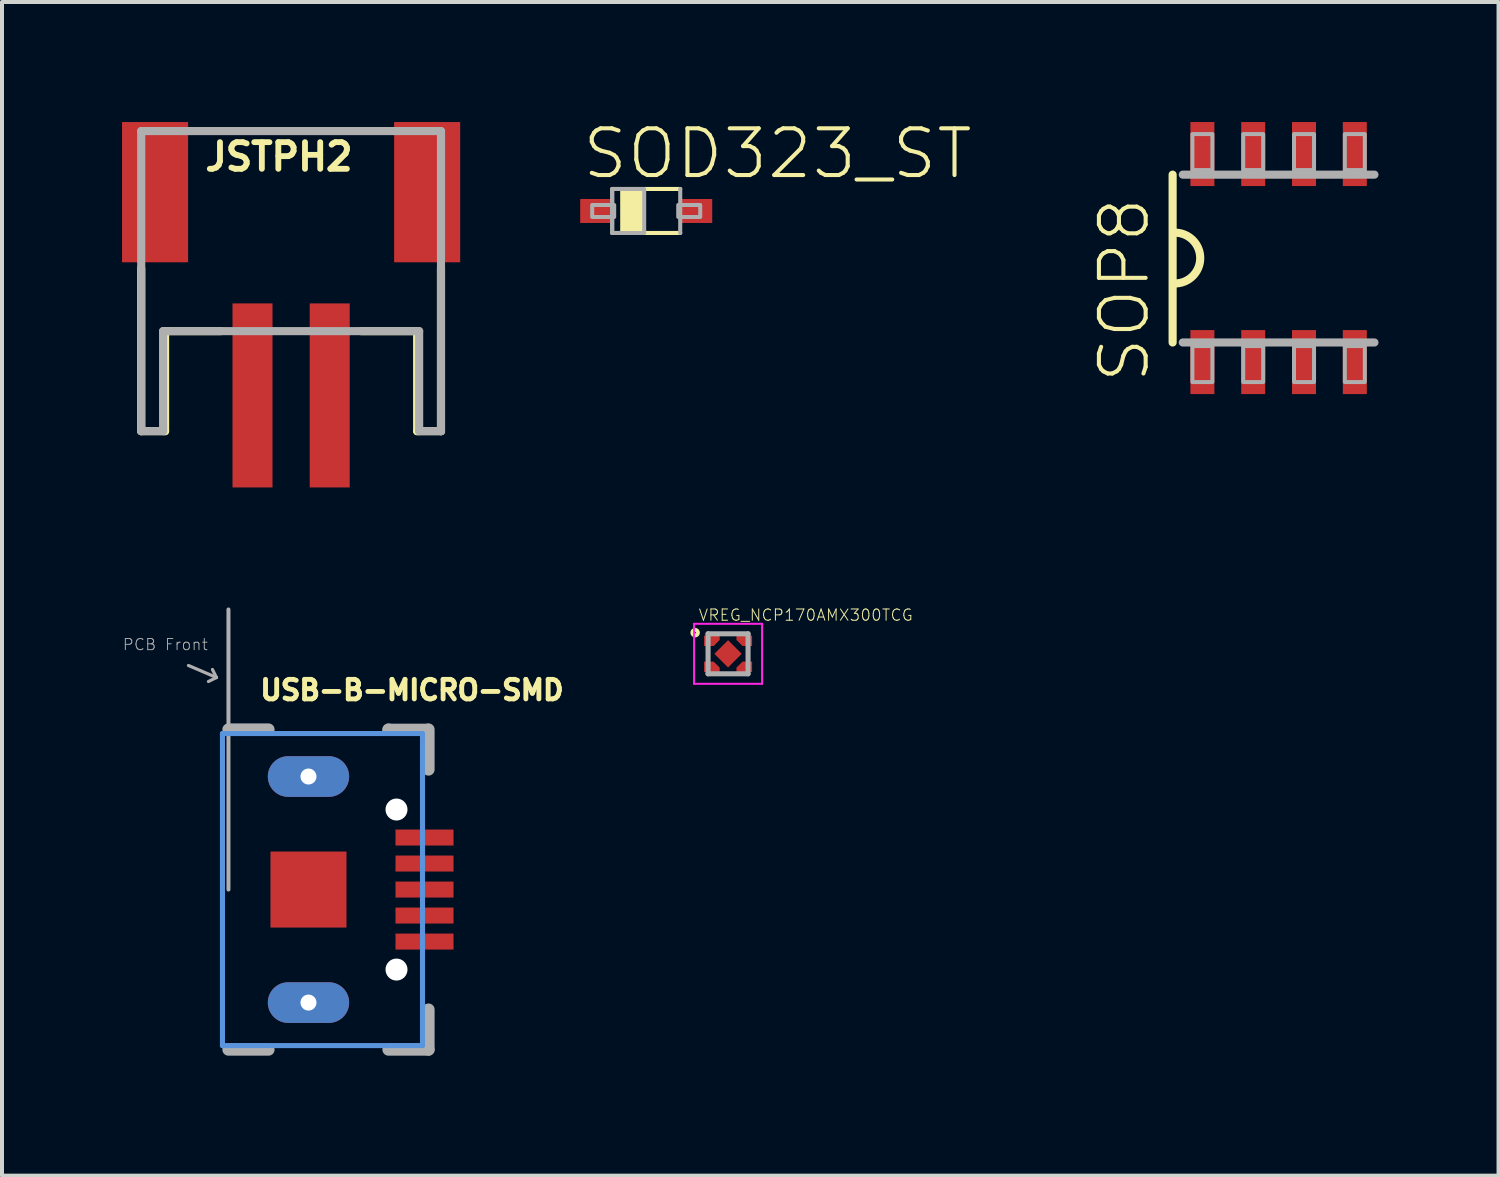
<source format=kicad_pcb>
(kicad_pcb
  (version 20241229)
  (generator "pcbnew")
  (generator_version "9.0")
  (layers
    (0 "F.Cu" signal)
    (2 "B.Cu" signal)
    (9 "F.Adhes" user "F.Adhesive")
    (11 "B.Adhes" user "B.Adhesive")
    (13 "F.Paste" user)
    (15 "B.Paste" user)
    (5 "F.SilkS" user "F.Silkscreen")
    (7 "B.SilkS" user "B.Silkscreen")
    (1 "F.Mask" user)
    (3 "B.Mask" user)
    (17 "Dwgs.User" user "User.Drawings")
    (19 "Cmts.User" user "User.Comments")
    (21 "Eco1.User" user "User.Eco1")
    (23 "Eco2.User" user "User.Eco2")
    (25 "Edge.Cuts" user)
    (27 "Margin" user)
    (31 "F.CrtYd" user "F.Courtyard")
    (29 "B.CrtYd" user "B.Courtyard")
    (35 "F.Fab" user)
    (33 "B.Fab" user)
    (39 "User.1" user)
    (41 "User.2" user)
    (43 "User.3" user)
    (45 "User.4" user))
  (footprint "USB-B-MICRO-SMD"
    (layer "F.Cu")
    (at 4.66 19.183)
    (property "Reference" "USB-B-MICRO-SMD" (at -1.27 -4.699 0) (layer "F.SilkS") (effects (font (size 0.488 0.488) (thickness 0.122)) (justify left bottom)))
    (fp_line (start -2.15 -3.9) (end -2.15 3.9) (stroke (width 0.127) (type solid)) (layer "Cmts.User"))
    (fp_line (start 2.85 -3.9) (end -2.15 -3.9) (stroke (width 0.127) (type solid)) (layer "Cmts.User"))
    (fp_line (start 2.85 -3.9) (end 2.85 3.9) (stroke (width 0.127) (type solid)) (layer "Cmts.User"))
    (fp_line (start 2.85 3.9) (end -2.15 3.9) (stroke (width 0.127) (type solid)) (layer "Cmts.User"))
    (fp_line (start -3 -5.6) (end -2.3 -5.3) (stroke (width 0.08) (type solid)) (layer "F.Fab"))
    (fp_line (start -2.3 -5.3) (end -2.5 -5.2) (stroke (width 0.08) (type solid)) (layer "F.Fab"))
    (fp_line (start -2.3 -5.3) (end -2.4 -5.5) (stroke (width 0.08) (type solid)) (layer "F.Fab"))
    (fp_line (start -2 -7) (end -2 0) (stroke (width 0.1) (type solid)) (layer "F.Fab"))
    (fp_line (start -1 -4) (end -2 -4) (stroke (width 0.305) (type solid)) (layer "F.Fab"))
    (fp_line (start -1 4) (end -2 4) (stroke (width 0.305) (type solid)) (layer "F.Fab"))
    (fp_line (start 2 -3.993) (end 2 -4) (stroke (width 0.305) (type solid)) (layer "F.Fab"))
    (fp_line (start 2 4) (end 3 4) (stroke (width 0.305) (type solid)) (layer "F.Fab"))
    (fp_line (start 2.982 -3.993) (end 2 -3.993) (stroke (width 0.305) (type solid)) (layer "F.Fab"))
    (fp_line (start 3 -4) (end 3 -3) (stroke (width 0.305) (type solid)) (layer "F.Fab"))
    (fp_line (start 3 4) (end 3 3) (stroke (width 0.305) (type solid)) (layer "F.Fab"))
    (fp_text user "PCB Front" (at -4.66 -5.96 0) (layer "F.Fab") (effects (font (size 0.28 0.28) (thickness 0.024)) (justify left bottom)))
    (pad "" np_thru_hole circle (at 2.2 -2) (size 0.55 0.55) (drill 0.55) (layers "*.Cu" "*.Mask"))
    (pad "" np_thru_hole circle (at 2.2 2) (size 0.55 0.55) (drill 0.55) (layers "*.Cu" "*.Mask"))
    (pad "D+" smd rect (at 2.9 0 90) (size 0.4 1.45) (layers "F.Cu" "F.Mask" "F.Paste"))
    (pad "D-" smd rect (at 2.9 -0.65 90) (size 0.4 1.45) (layers "F.Cu" "F.Mask" "F.Paste"))
    (pad "GND" smd rect (at 2.9 1.3 90) (size 0.4 1.45) (layers "F.Cu" "F.Mask" "F.Paste"))
    (pad "ID" smd rect (at 2.9 0.65 90) (size 0.4 1.45) (layers "F.Cu" "F.Mask" "F.Paste"))
    (pad "P$1" thru_hole oval (at 0 -2.825) (size 2.032 1.016) (drill 0.4) (layers "*.Cu" "*.Mask"))
    (pad "P$2" thru_hole oval (at 0 2.825) (size 2.032 1.016) (drill 0.4) (layers "*.Cu" "*.Mask"))
    (pad "SHIELD3" smd rect (at 0 0 90) (size 1.9 1.9) (layers "F.Cu" "F.Mask" "F.Paste"))
    (pad "VBUS" smd rect (at 2.9 -1.3 90) (size 0.4 1.45) (layers "F.Cu" "F.Mask" "F.Paste")))
  (footprint "SOP8"
    (layer "F.Cu")
    (at 28.907 3.4)
    (property "Reference" "SOP8" (at -3.175 3.175 90) (layer "F.SilkS") (effects (font (size 1.168 1.168) (thickness 0.102)) (justify left bottom)))
    (fp_line (start -2.649 2.11) (end -2.649 -2.085) (stroke (width 0.203) (type solid)) (layer "F.SilkS"))
    (fp_arc (start -2.594 -0.635) (mid -1.959 0) (end -2.594 0.635) (stroke (width 0.2032) (type solid)) (layer "F.SilkS"))
    (fp_line (start -2.395 -2.085) (end 2.395 -2.085) (stroke (width 0.203) (type solid)) (layer "F.Fab"))
    (fp_line (start 2.395 2.11) (end -2.395 2.11) (stroke (width 0.203) (type solid)) (layer "F.Fab"))
    (fp_poly (pts (xy -2.155 -2.2) (xy -1.655 -2.2) (xy -1.655 -3.1) (xy -2.155 -3.1)) (stroke (width 0.1) (type default)) (fill no) (layer "F.Fab"))
    (fp_poly (pts (xy -2.155 3.1) (xy -1.655 3.1) (xy -1.655 2.2) (xy -2.155 2.2)) (stroke (width 0.1) (type default)) (fill no) (layer "F.Fab"))
    (fp_poly (pts (xy -0.885 -2.2) (xy -0.385 -2.2) (xy -0.385 -3.1) (xy -0.885 -3.1)) (stroke (width 0.1) (type default)) (fill no) (layer "F.Fab"))
    (fp_poly (pts (xy -0.885 3.1) (xy -0.385 3.1) (xy -0.385 2.2) (xy -0.885 2.2)) (stroke (width 0.1) (type default)) (fill no) (layer "F.Fab"))
    (fp_poly (pts (xy 0.385 -2.2) (xy 0.885 -2.2) (xy 0.885 -3.1) (xy 0.385 -3.1)) (stroke (width 0.1) (type default)) (fill no) (layer "F.Fab"))
    (fp_poly (pts (xy 0.385 3.1) (xy 0.885 3.1) (xy 0.885 2.2) (xy 0.385 2.2)) (stroke (width 0.1) (type default)) (fill no) (layer "F.Fab"))
    (fp_poly (pts (xy 1.655 -2.2) (xy 2.155 -2.2) (xy 2.155 -3.1) (xy 1.655 -3.1)) (stroke (width 0.1) (type default)) (fill no) (layer "F.Fab"))
    (fp_poly (pts (xy 1.655 3.1) (xy 2.155 3.1) (xy 2.155 2.2) (xy 1.655 2.2)) (stroke (width 0.1) (type default)) (fill no) (layer "F.Fab"))
    (pad "1" smd rect (at -1.905 2.6) (size 0.6 1.6) (layers "F.Cu" "F.Mask" "F.Paste"))
    (pad "2" smd rect (at -0.635 2.6) (size 0.6 1.6) (layers "F.Cu" "F.Mask" "F.Paste"))
    (pad "3" smd rect (at 0.635 2.6) (size 0.6 1.6) (layers "F.Cu" "F.Mask" "F.Paste"))
    (pad "4" smd rect (at 1.905 2.6) (size 0.6 1.6) (layers "F.Cu" "F.Mask" "F.Paste"))
    (pad "5" smd rect (at 1.905 -2.6) (size 0.6 1.6) (layers "F.Cu" "F.Mask" "F.Paste"))
    (pad "6" smd rect (at 0.635 -2.6) (size 0.6 1.6) (layers "F.Cu" "F.Mask" "F.Paste"))
    (pad "7" smd rect (at -0.635 -2.6) (size 0.6 1.6) (layers "F.Cu" "F.Mask" "F.Paste"))
    (pad "8" smd rect (at -1.905 -2.6) (size 0.6 1.6) (layers "F.Cu" "F.Mask" "F.Paste")))
  (footprint "VREG_NCP170AMX300TCG"
    (layer "F.Cu")
    (at 15.147 13.291)
    (property "Reference" "VREG_NCP170AMX300TCG" (at -0.753 -0.803 0) (layer "F.SilkS") (effects (font (size 0.282 0.282) (thickness 0.024)) (justify left bottom)))
    (fp_poly (pts (xy -0.21 -0.345) (xy -0.36 -0.195) (xy -0.6 -0.195) (xy -0.6 -0.455) (xy -0.21 -0.455)) (stroke (width 0) (type default)) (fill yes) (layer "F.Cu"))
    (fp_poly (pts (xy -0.21 0.345) (xy -0.21 0.455) (xy -0.6 0.455) (xy -0.6 0.195) (xy -0.36 0.195)) (stroke (width 0) (type default)) (fill yes) (layer "F.Cu"))
    (fp_poly (pts (xy 0.6 -0.195) (xy 0.36 -0.195) (xy 0.21 -0.345) (xy 0.21 -0.455) (xy 0.6 -0.455)) (stroke (width 0) (type default)) (fill yes) (layer "F.Cu"))
    (fp_poly (pts (xy 0.6 0.455) (xy 0.21 0.455) (xy 0.21 0.345) (xy 0.36 0.195) (xy 0.6 0.195)) (stroke (width 0) (type default)) (fill yes) (layer "F.Cu"))
    (fp_poly (pts (xy -0.11 -0.396) (xy -0.411 -0.095) (xy -0.7 -0.095) (xy -0.7 -0.555) (xy -0.11 -0.555)) (stroke (width 0) (type default)) (fill yes) (layer "F.Mask"))
    (fp_poly (pts (xy -0.11 0.396) (xy -0.11 0.555) (xy -0.7 0.555) (xy -0.7 0.095) (xy -0.411 0.095)) (stroke (width 0) (type default)) (fill yes) (layer "F.Mask"))
    (fp_poly (pts (xy 0.7 -0.095) (xy 0.411 -0.095) (xy 0.11 -0.396) (xy 0.11 -0.555) (xy 0.7 -0.555)) (stroke (width 0) (type default)) (fill yes) (layer "F.Mask"))
    (fp_poly (pts (xy 0.7 0.555) (xy 0.11 0.555) (xy 0.11 0.396) (xy 0.411 0.095) (xy 0.7 0.095)) (stroke (width 0) (type default)) (fill yes) (layer "F.Mask"))
    (fp_circle (center -0.823 -0.528) (end -0.754 -0.528) (stroke (width 0.1) (type solid)) (fill no) (layer "F.SilkS"))
    (fp_poly (pts (xy -0.21 0.345) (xy -0.21 0.345) (xy -0.21 0.455) (xy -0.6 0.455) (xy -0.6 0.195) (xy -0.36 0.195)) (stroke (width 0) (type default)) (fill yes) (layer "F.Paste"))
    (fp_poly (pts (xy -0.21 -0.345) (xy -0.21 -0.345) (xy -0.36 -0.195) (xy -0.6 -0.195) (xy -0.6 -0.455) (xy -0.21 -0.455)) (stroke (width 0) (type default)) (fill yes) (layer "F.Paste"))
    (fp_poly (pts (xy 0.6 -0.195) (xy 0.36 -0.195) (xy 0.21 -0.345) (xy 0.21 -0.345) (xy 0.21 -0.455) (xy 0.6 -0.455)) (stroke (width 0) (type default)) (fill yes) (layer "F.Paste"))
    (fp_poly (pts (xy 0.6 0.455) (xy 0.21 0.455) (xy 0.21 0.345) (xy 0.21 0.345) (xy 0.36 0.195) (xy 0.6 0.195)) (stroke (width 0) (type default)) (fill yes) (layer "F.Paste"))
    (fp_line (start -0.85 -0.75) (end 0.85 -0.75) (stroke (width 0.05) (type solid)) (layer "F.CrtYd"))
    (fp_line (start -0.85 0.75) (end -0.85 -0.75) (stroke (width 0.05) (type solid)) (layer "F.CrtYd"))
    (fp_line (start 0.85 -0.75) (end 0.85 0.75) (stroke (width 0.05) (type solid)) (layer "F.CrtYd"))
    (fp_line (start 0.85 0.75) (end -0.85 0.75) (stroke (width 0.05) (type solid)) (layer "F.CrtYd"))
    (fp_line (start -0.5 -0.5) (end 0.5 -0.5) (stroke (width 0.127) (type solid)) (layer "F.Fab"))
    (fp_line (start -0.5 0.5) (end -0.5 -0.5) (stroke (width 0.127) (type solid)) (layer "F.Fab"))
    (fp_line (start 0.5 -0.5) (end 0.5 0.5) (stroke (width 0.127) (type solid)) (layer "F.Fab"))
    (fp_line (start 0.5 0.5) (end -0.5 0.5) (stroke (width 0.127) (type solid)) (layer "F.Fab"))
    (pad "1" smd rect (at -0.45 -0.3 270) (size 0.152 0.152) (layers "F.Cu"))
    (pad "2" smd rect (at -0.45 0.3 270) (size 0.152 0.152) (layers "F.Cu"))
    (pad "3" smd rect (at 0.45 0.3 270) (size 0.152 0.152) (layers "F.Cu"))
    (pad "4" smd rect (at 0.45 -0.3 270) (size 0.152 0.152) (layers "F.Cu"))
    (pad "5" smd rect (at 0 0 315) (size 0.483 0.483) (layers "F.Cu" "F.Mask" "F.Paste")))
  (footprint "JSTPH2"
    (layer "F.Cu")
    (at 4.226 3.226)
    (property "Reference" "JSTPH2" (at -2.223 -1.968 0) (layer "F.SilkS") (effects (font (size 0.666 0.666) (thickness 0.146)) (justify left bottom)))
    (fp_line (start -3.747 0.432) (end -3.747 4.5) (stroke (width 0.203) (type solid)) (layer "F.SilkS"))
    (fp_line (start -3.15 2) (end -3.15 4.5) (stroke (width 0.203) (type solid)) (layer "F.SilkS"))
    (fp_line (start -3.15 4.5) (end -3.746 4.5) (stroke (width 0.203) (type solid)) (layer "F.SilkS"))
    (fp_line (start -1.75 2) (end -3.15 2) (stroke (width 0.203) (type solid)) (layer "F.SilkS"))
    (fp_line (start 3.15 2) (end 1.75 2) (stroke (width 0.203) (type solid)) (layer "F.SilkS"))
    (fp_line (start 3.15 4.5) (end 3.15 2) (stroke (width 0.203) (type solid)) (layer "F.SilkS"))
    (fp_line (start 3.746 0.432) (end 3.746 4.5) (stroke (width 0.203) (type solid)) (layer "F.SilkS"))
    (fp_line (start 3.746 4.5) (end 3.15 4.5) (stroke (width 0.203) (type solid)) (layer "F.SilkS"))
    (fp_line (start -3.746 -3) (end 3.746 -3) (stroke (width 0.203) (type solid)) (layer "F.Fab"))
    (fp_line (start -3.746 4.5) (end -3.746 -3) (stroke (width 0.203) (type solid)) (layer "F.Fab"))
    (fp_line (start -3.2 2) (end -3.2 4.5) (stroke (width 0.203) (type solid)) (layer "F.Fab"))
    (fp_line (start -3.2 4.5) (end -3.746 4.5) (stroke (width 0.203) (type solid)) (layer "F.Fab"))
    (fp_line (start 3.2 2) (end -3.2 2) (stroke (width 0.203) (type solid)) (layer "F.Fab"))
    (fp_line (start 3.2 4.5) (end 3.2 2) (stroke (width 0.203) (type solid)) (layer "F.Fab"))
    (fp_line (start 3.746 -3) (end 3.746 4.5) (stroke (width 0.203) (type solid)) (layer "F.Fab"))
    (fp_line (start 3.746 4.5) (end 3.2 4.5) (stroke (width 0.203) (type solid)) (layer "F.Fab"))
    (pad "1" smd rect (at -0.965 3.607) (size 1 4.6) (layers "F.Cu" "F.Mask" "F.Paste"))
    (pad "2" smd rect (at 0.965 3.607) (size 1 4.6) (layers "F.Cu" "F.Mask" "F.Paste"))
    (pad "SHLD1" smd rect (at -3.4 -1.473 90) (size 3.505 1.651) (layers "F.Cu" "F.Mask" "F.Paste"))
    (pad "SHLD2" smd rect (at 3.4 -1.473 90) (size 3.505 1.651) (layers "F.Cu" "F.Mask" "F.Paste")))
  (footprint "SOD323_ST"
    (layer "F.Cu")
    (at 13.101 2.223)
    (property "Reference" "SOD323_ST" (at -1.65 -0.75 0) (layer "F.SilkS") (effects (font (size 1.168 1.168) (thickness 0.102)) (justify left bottom)))
    (fp_line (start -0.85 -0.55) (end 0.85 -0.55) (stroke (width 0.102) (type solid)) (layer "F.SilkS"))
    (fp_line (start 0.85 0.55) (end -0.85 0.55) (stroke (width 0.102) (type solid)) (layer "F.SilkS"))
    (fp_poly (pts (xy -0.65 0.55) (xy -0.05 0.55) (xy -0.05 -0.55) (xy -0.65 -0.55)) (stroke (width 0) (type default)) (fill yes) (layer "F.SilkS"))
    (fp_line (start -0.85 0.55) (end -0.85 -0.55) (stroke (width 0.102) (type solid)) (layer "F.Fab"))
    (fp_line (start 0.85 -0.55) (end 0.85 0.55) (stroke (width 0.102) (type solid)) (layer "F.Fab"))
    (fp_poly (pts (xy -1.35 0.15) (xy -0.8 0.15) (xy -0.8 -0.15) (xy -1.35 -0.15)) (stroke (width 0.1) (type default)) (fill no) (layer "F.Fab"))
    (fp_poly (pts (xy -0.85 0.55) (xy -0.05 0.55) (xy -0.05 -0.55) (xy -0.85 -0.55)) (stroke (width 0.1) (type default)) (fill no) (layer "F.Fab"))
    (fp_poly (pts (xy 0.8 0.15) (xy 1.35 0.15) (xy 1.35 -0.15) (xy 0.8 -0.15)) (stroke (width 0.1) (type default)) (fill no) (layer "F.Fab"))
    (pad "A" smd rect (at 1.25 0) (size 0.8 0.6) (layers "F.Cu" "F.Mask" "F.Paste"))
    (pad "C" smd rect (at -1.25 0) (size 0.8 0.6) (layers "F.Cu" "F.Mask" "F.Paste")))
  (gr_rect
    (start -3 -3)
    (end 34.404 26.335)
    (stroke (width 0.1) (type default))
    (fill no)
    (layer "Edge.Cuts")))
</source>
